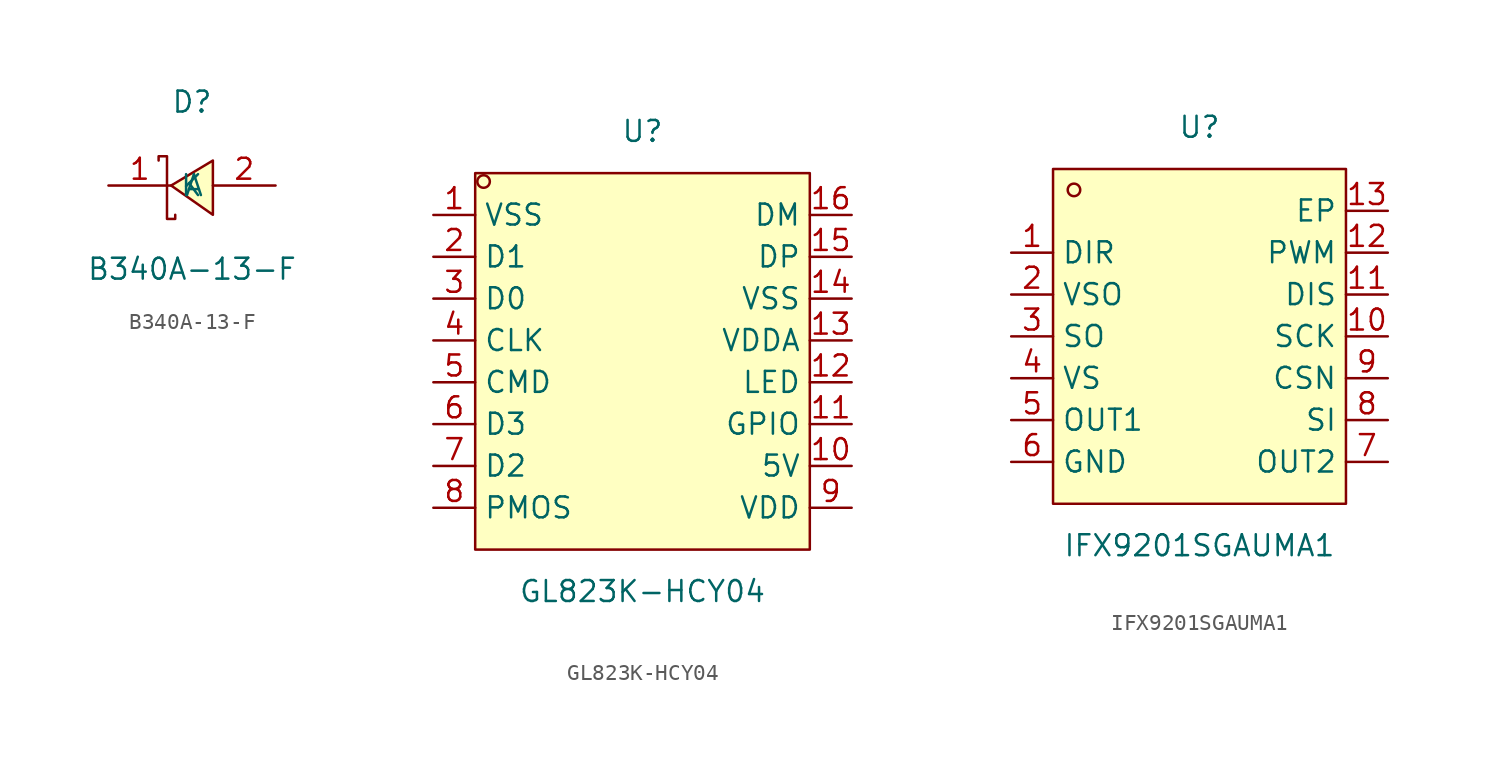
<source format=kicad_sym>
(kicad_symbol_lib
  (version 20211014)
  (generator https://github.com/uPesy/easyeda2kicad.py)
  (symbol "B340A-13-F"
    (property "Reference" "D"
      (at 0 5.08 0)
      (effects (font (size 1.27 1.27))))
    (property "Value" "B340A-13-F"
      (at 0 -5.08 0)
      (effects (font (size 1.27 1.27))))
    (symbol "B340A-13-F_0_1"
      (polyline (pts (xy 1.27 1.52) (xy -1.27 -0.00) (xy 1.27 -1.78) (xy 1.27 1.52)) (stroke (width 0) (type default) (color 0 0 0 0)) (fill (type background)))
      (polyline (pts (xy -2.03 1.52) (xy -2.03 1.78) (xy -1.52 1.78) (xy -1.52 -2.03) (xy -1.02 -2.03) (xy -1.02 -1.78)) (stroke (width 0) (type default) (color 0 0 0 0)) (fill (type none)))
      (pin unspecified line (at 5.08 -0.00 180) (length 3.81) (name "A" (effects (font (size 1.27 1.27)))) (number "2" (effects (font (size 1.27 1.27)))))
      (pin unspecified line (at -5.08 -0.00 0) (length 3.81) (name "K" (effects (font (size 1.27 1.27)))) (number "1" (effects (font (size 1.27 1.27)))))))
  (symbol "GL823K-HCY04"
    (property "Reference" "U"
      (at 0 13.97 0)
      (effects (font (size 1.27 1.27))))
    (property "Value" "GL823K-HCY04"
      (at 0 -13.97 0)
      (effects (font (size 1.27 1.27))))
    (symbol "GL823K-HCY04_0_1"
      (rectangle (start -10.16 11.43) (end 10.16 -11.43) (stroke (width 0) (type default) (color 0 0 0 0)) (fill (type background)))
      (circle (center -9.65 10.92) (radius 0.38) (stroke (width 0) (type default) (color 0 0 0 0)) (fill (type none)))
      (pin unspecified line (at -12.70 8.89 0) (length 2.54) (name "VSS" (effects (font (size 1.27 1.27)))) (number "1" (effects (font (size 1.27 1.27)))))
      (pin unspecified line (at -12.70 6.35 0) (length 2.54) (name "D1" (effects (font (size 1.27 1.27)))) (number "2" (effects (font (size 1.27 1.27)))))
      (pin unspecified line (at -12.70 3.81 0) (length 2.54) (name "D0" (effects (font (size 1.27 1.27)))) (number "3" (effects (font (size 1.27 1.27)))))
      (pin unspecified line (at -12.70 1.27 0) (length 2.54) (name "CLK" (effects (font (size 1.27 1.27)))) (number "4" (effects (font (size 1.27 1.27)))))
      (pin unspecified line (at -12.70 -1.27 0) (length 2.54) (name "CMD" (effects (font (size 1.27 1.27)))) (number "5" (effects (font (size 1.27 1.27)))))
      (pin unspecified line (at -12.70 -3.81 0) (length 2.54) (name "D3" (effects (font (size 1.27 1.27)))) (number "6" (effects (font (size 1.27 1.27)))))
      (pin unspecified line (at -12.70 -6.35 0) (length 2.54) (name "D2" (effects (font (size 1.27 1.27)))) (number "7" (effects (font (size 1.27 1.27)))))
      (pin unspecified line (at -12.70 -8.89 0) (length 2.54) (name "PMOS" (effects (font (size 1.27 1.27)))) (number "8" (effects (font (size 1.27 1.27)))))
      (pin unspecified line (at 12.70 -8.89 180) (length 2.54) (name "VDD" (effects (font (size 1.27 1.27)))) (number "9" (effects (font (size 1.27 1.27)))))
      (pin unspecified line (at 12.70 -6.35 180) (length 2.54) (name "5V" (effects (font (size 1.27 1.27)))) (number "10" (effects (font (size 1.27 1.27)))))
      (pin unspecified line (at 12.70 -3.81 180) (length 2.54) (name "GPIO" (effects (font (size 1.27 1.27)))) (number "11" (effects (font (size 1.27 1.27)))))
      (pin unspecified line (at 12.70 -1.27 180) (length 2.54) (name "LED" (effects (font (size 1.27 1.27)))) (number "12" (effects (font (size 1.27 1.27)))))
      (pin unspecified line (at 12.70 1.27 180) (length 2.54) (name "VDDA" (effects (font (size 1.27 1.27)))) (number "13" (effects (font (size 1.27 1.27)))))
      (pin unspecified line (at 12.70 3.81 180) (length 2.54) (name "VSS" (effects (font (size 1.27 1.27)))) (number "14" (effects (font (size 1.27 1.27)))))
      (pin unspecified line (at 12.70 6.35 180) (length 2.54) (name "DP" (effects (font (size 1.27 1.27)))) (number "15" (effects (font (size 1.27 1.27)))))
      (pin unspecified line (at 12.70 8.89 180) (length 2.54) (name "DM" (effects (font (size 1.27 1.27)))) (number "16" (effects (font (size 1.27 1.27)))))))
  (symbol "IFX9201SGAUMA1"
    (property "Reference" "U"
      (at 0 12.70 0)
      (effects (font (size 1.27 1.27))))
    (property "Value" "IFX9201SGAUMA1"
      (at 0 -12.70 0)
      (effects (font (size 1.27 1.27))))
    (symbol "IFX9201SGAUMA1_0_1"
      (rectangle (start -8.89 10.16) (end 8.89 -10.16) (stroke (width 0) (type default) (color 0 0 0 0)) (fill (type background)))
      (circle (center -7.62 8.89) (radius 0.38) (stroke (width 0) (type default) (color 0 0 0 0)) (fill (type none)))
      (pin unspecified line (at -11.43 5.08 0) (length 2.54) (name "DIR" (effects (font (size 1.27 1.27)))) (number "1" (effects (font (size 1.27 1.27)))))
      (pin unspecified line (at -11.43 2.54 0) (length 2.54) (name "VSO" (effects (font (size 1.27 1.27)))) (number "2" (effects (font (size 1.27 1.27)))))
      (pin unspecified line (at -11.43 -0.00 0) (length 2.54) (name "SO" (effects (font (size 1.27 1.27)))) (number "3" (effects (font (size 1.27 1.27)))))
      (pin unspecified line (at -11.43 -2.54 0) (length 2.54) (name "VS" (effects (font (size 1.27 1.27)))) (number "4" (effects (font (size 1.27 1.27)))))
      (pin unspecified line (at -11.43 -5.08 0) (length 2.54) (name "OUT1" (effects (font (size 1.27 1.27)))) (number "5" (effects (font (size 1.27 1.27)))))
      (pin unspecified line (at -11.43 -7.62 0) (length 2.54) (name "GND" (effects (font (size 1.27 1.27)))) (number "6" (effects (font (size 1.27 1.27)))))
      (pin unspecified line (at 11.43 -7.62 180) (length 2.54) (name "OUT2" (effects (font (size 1.27 1.27)))) (number "7" (effects (font (size 1.27 1.27)))))
      (pin unspecified line (at 11.43 -5.08 180) (length 2.54) (name "SI" (effects (font (size 1.27 1.27)))) (number "8" (effects (font (size 1.27 1.27)))))
      (pin unspecified line (at 11.43 -2.54 180) (length 2.54) (name "CSN" (effects (font (size 1.27 1.27)))) (number "9" (effects (font (size 1.27 1.27)))))
      (pin unspecified line (at 11.43 -0.00 180) (length 2.54) (name "SCK" (effects (font (size 1.27 1.27)))) (number "10" (effects (font (size 1.27 1.27)))))
      (pin unspecified line (at 11.43 2.54 180) (length 2.54) (name "DIS" (effects (font (size 1.27 1.27)))) (number "11" (effects (font (size 1.27 1.27)))))
      (pin unspecified line (at 11.43 5.08 180) (length 2.54) (name "PWM" (effects (font (size 1.27 1.27)))) (number "12" (effects (font (size 1.27 1.27)))))
      (pin unspecified line (at 11.43 7.62 180) (length 2.54) (name "EP" (effects (font (size 1.27 1.27)))) (number "13" (effects (font (size 1.27 1.27))))))))
</source>
